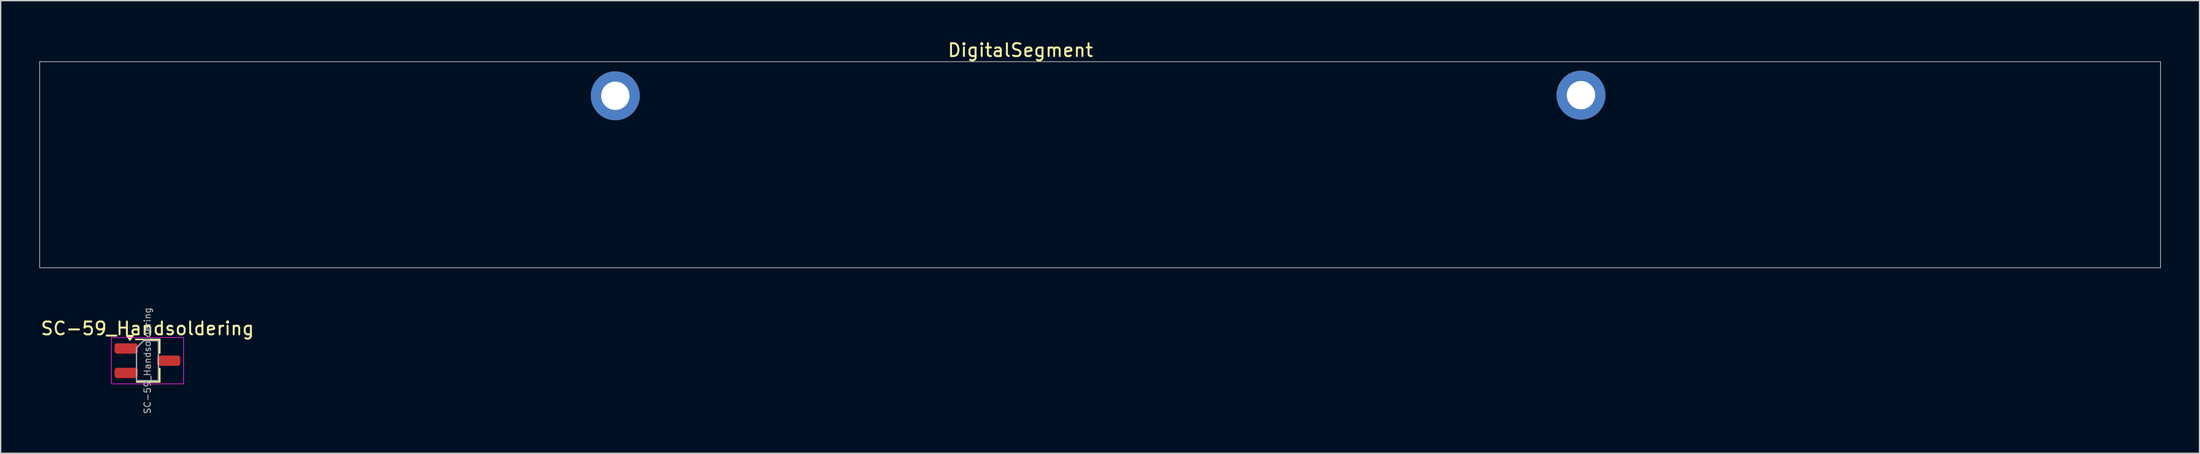
<source format=kicad_pcb>
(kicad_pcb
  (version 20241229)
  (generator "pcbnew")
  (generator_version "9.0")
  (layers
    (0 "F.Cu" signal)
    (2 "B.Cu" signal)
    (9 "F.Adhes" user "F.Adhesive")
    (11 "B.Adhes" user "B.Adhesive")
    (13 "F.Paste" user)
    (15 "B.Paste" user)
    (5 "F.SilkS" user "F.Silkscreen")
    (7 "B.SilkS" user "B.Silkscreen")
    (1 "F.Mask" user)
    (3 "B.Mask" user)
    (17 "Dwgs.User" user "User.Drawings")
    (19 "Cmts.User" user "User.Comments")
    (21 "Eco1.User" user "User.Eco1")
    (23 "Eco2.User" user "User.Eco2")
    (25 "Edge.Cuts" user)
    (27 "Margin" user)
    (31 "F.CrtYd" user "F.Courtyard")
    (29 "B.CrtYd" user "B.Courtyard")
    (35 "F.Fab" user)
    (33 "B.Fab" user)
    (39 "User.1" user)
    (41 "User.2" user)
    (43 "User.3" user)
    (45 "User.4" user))
  (footprint "SC-59_Handsoldering"
    (layer "F.Cu")
    (at 8.387 24.957)
    (property "Reference" "SC-59_Handsoldering" (at 0 -2.5 0) (layer "F.SilkS") (effects (font (size 1 1) (thickness 0.15))))
    (attr smd)
    (fp_line (start -0.91 -1.65) (end 0.95 -1.65) (stroke (width 0.12) (type solid)) (layer "F.SilkS"))
    (fp_line (start -0.85 1.65) (end 0.95 1.65) (stroke (width 0.12) (type solid)) (layer "F.SilkS"))
    (fp_line (start 0.95 -1.65) (end 0.95 -0.6) (stroke (width 0.12) (type solid)) (layer "F.SilkS"))
    (fp_line (start 0.95 1.65) (end 0.95 0.6) (stroke (width 0.12) (type solid)) (layer "F.SilkS"))
    (fp_poly (pts (xy -1.36 -1.612) (xy -1.12 -1.942) (xy -1.6 -1.942) (xy -1.36 -1.612)) (stroke (width 0.12) (type solid)) (fill yes) (layer "F.SilkS"))
    (fp_line (start -2.8 -1.8) (end -2.8 1.8) (stroke (width 0.05) (type solid)) (layer "F.CrtYd"))
    (fp_line (start -2.8 -1.8) (end 2.8 -1.8) (stroke (width 0.05) (type solid)) (layer "F.CrtYd"))
    (fp_line (start 2.8 1.8) (end -2.8 1.8) (stroke (width 0.05) (type solid)) (layer "F.CrtYd"))
    (fp_line (start 2.8 1.8) (end 2.8 -1.8) (stroke (width 0.05) (type solid)) (layer "F.CrtYd"))
    (fp_line (start -0.85 1.55) (end -0.85 -1) (stroke (width 0.1) (type solid)) (layer "F.Fab"))
    (fp_line (start -0.85 1.55) (end 0.85 1.55) (stroke (width 0.1) (type solid)) (layer "F.Fab"))
    (fp_line (start -0.3 -1.55) (end -0.85 -1) (stroke (width 0.1) (type solid)) (layer "F.Fab"))
    (fp_line (start -0.3 -1.55) (end 0.85 -1.55) (stroke (width 0.1) (type solid)) (layer "F.Fab"))
    (fp_line (start 0.85 -1.52) (end 0.85 1.52) (stroke (width 0.1) (type solid)) (layer "F.Fab"))
    (fp_text user "${REFERENCE}" (at 0 0 90) (layer "F.Fab") (effects (font (size 0.5 0.5) (thickness 0.075))))
    (pad "1" smd roundrect (at 1.65 0) (size 1.8 0.8) (layers "F.Cu" "F.Mask" "F.Paste") (roundrect_rratio 0.25))
    (pad "2" smd roundrect (at -1.65 -0.95) (size 1.8 0.8) (layers "F.Cu" "F.Mask" "F.Paste") (roundrect_rratio 0.25))
    (pad "3" smd roundrect (at -1.65 0.95) (size 1.8 0.8) (layers "F.Cu" "F.Mask" "F.Paste") (roundrect_rratio 0.25)))
  (footprint "DigitalSegment"
    (layer "F.Cu")
    (at 76.095 2.118)
    (property "Reference" "DigitalSegment" (at 0 -1.27 0) (unlocked yes) (layer "F.SilkS") (effects (font (size 1 1) (thickness 0.15))))
    (attr through_hole)
    (fp_line (start -76.07 -0.38) (end 88.43 -0.38) (stroke (width 0.05) (type default)) (layer "Edge.Cuts"))
    (fp_line (start -76.07 15.62) (end -76.07 -0.38) (stroke (width 0.05) (type default)) (layer "Edge.Cuts"))
    (fp_line (start 88.43 -0.38) (end 88.43 15.62) (stroke (width 0.05) (type default)) (layer "Edge.Cuts"))
    (fp_line (start 88.43 15.62) (end -76.07 15.62) (stroke (width 0.05) (type default)) (layer "Edge.Cuts"))
    (fp_rect (start -75.57 0.12) (end -61.27 15.12) (stroke (width 0.1) (type default)) (fill no) (layer "User.2"))
    (fp_rect (start -61.27 0.12) (end -46.97 15.12) (stroke (width 0.1) (type default)) (fill no) (layer "User.2"))
    (fp_rect (start -46.97 0.12) (end -32.67 15.12) (stroke (width 0.1) (type default)) (fill no) (layer "User.2"))
    (fp_rect (start -30.17 0.12) (end -15.67 15.12) (stroke (width 0.1) (type default)) (fill no) (layer "User.2"))
    (fp_rect (start -15.67 0.12) (end -1.17 15.12) (stroke (width 0.1) (type default)) (fill no) (layer "User.2"))
    (fp_rect (start -1.17 0.12) (end 13.33 15.12) (stroke (width 0.1) (type default)) (fill no) (layer "User.2"))
    (fp_rect (start 13.33 0.12) (end 27.83 15.12) (stroke (width 0.1) (type default)) (fill no) (layer "User.2"))
    (fp_rect (start 27.83 0.12) (end 42.33 15.12) (stroke (width 0.1) (type default)) (fill no) (layer "User.2"))
    (fp_rect (start 44.73 0.12) (end 59.03 15.12) (stroke (width 0.1) (type default)) (fill no) (layer "User.2"))
    (fp_rect (start 59.03 0.12) (end 73.33 15.12) (stroke (width 0.1) (type default)) (fill no) (layer "User.2"))
    (fp_rect (start 73.33 0.12) (end 87.63 15.12) (stroke (width 0.1) (type default)) (fill no) (layer "User.2"))
    (fp_rect (start -30.17 0.12) (end 42.33 15.12) (stroke (width 0.1) (type default)) (fill no) (layer "User.3"))
    (pad "1" thru_hole circle (at -31.42 2.27) (size 3.8 3.8) (drill 2.2) (layers "*.Cu" "*.Mask"))
    (pad "1" thru_hole circle (at 43.48 2.22) (size 3.8 3.8) (drill 2.2) (layers "*.Cu" "*.Mask")))
  (gr_rect
    (start -3 -3)
    (end 167.55 32.15)
    (stroke (width 0.1) (type default))
    (fill no)
    (layer "Edge.Cuts")))
</source>
